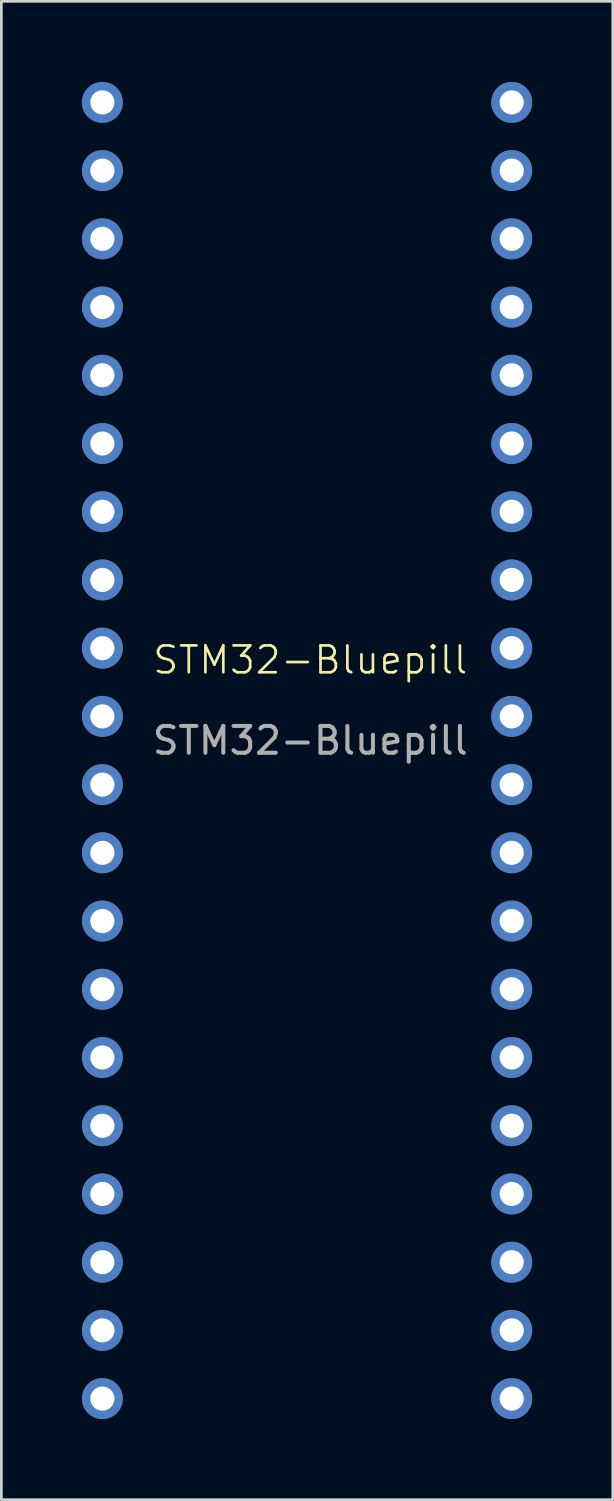
<source format=kicad_pcb>
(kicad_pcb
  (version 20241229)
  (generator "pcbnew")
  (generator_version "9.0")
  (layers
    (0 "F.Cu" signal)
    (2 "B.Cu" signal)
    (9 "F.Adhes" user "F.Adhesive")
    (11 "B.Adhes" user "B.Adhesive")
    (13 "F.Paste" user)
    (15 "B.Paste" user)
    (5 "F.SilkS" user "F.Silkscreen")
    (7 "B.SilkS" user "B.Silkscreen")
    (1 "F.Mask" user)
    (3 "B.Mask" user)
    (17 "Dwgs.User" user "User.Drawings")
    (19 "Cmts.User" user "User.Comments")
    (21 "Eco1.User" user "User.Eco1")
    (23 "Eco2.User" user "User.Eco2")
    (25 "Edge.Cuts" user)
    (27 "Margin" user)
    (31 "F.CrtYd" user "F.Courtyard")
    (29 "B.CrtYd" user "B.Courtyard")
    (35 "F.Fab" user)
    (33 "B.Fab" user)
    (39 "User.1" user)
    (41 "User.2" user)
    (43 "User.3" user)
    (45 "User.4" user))
  (footprint "STM32-Bluepill"
    (layer "F.Cu")
    (at 8.502 22.022)
    (property "Reference" "STM32-Bluepill" (at 0 -0.5 0) (unlocked yes) (layer "F.SilkS") (effects (font (size 1 1) (thickness 0.1))))
    (attr smd)
    (fp_text user "${REFERENCE}" (at 0 2.5 0) (unlocked yes) (layer "F.Fab") (effects (font (size 1 1) (thickness 0.15))))
    (pad "3V3" thru_hole circle (at -7.74 27) (size 1.524 1.524) (drill 0.9) (layers "*.Cu" "*.Mask"))
    (pad "3V3" thru_hole circle (at 7.5 -16.18) (size 1.524 1.524) (drill 0.9) (layers "*.Cu" "*.Mask"))
    (pad "5V" thru_hole circle (at -7.74 21.92) (size 1.524 1.524) (drill 0.9) (layers "*.Cu" "*.Mask"))
    (pad "G" thru_hole circle (at -7.74 24.46) (size 1.524 1.524) (drill 0.9) (layers "*.Cu" "*.Mask"))
    (pad "G" thru_hole circle (at 7.5 -21.26) (size 1.524 1.524) (drill 0.9) (layers "*.Cu" "*.Mask"))
    (pad "G" thru_hole circle (at 7.5 -18.72) (size 1.524 1.524) (drill 0.9) (layers "*.Cu" "*.Mask"))
    (pad "NRST" thru_hole circle (at 7.5 -13.64) (size 1.524 1.524) (drill 0.9) (layers "*.Cu" "*.Mask"))
    (pad "PA0" thru_hole circle (at 7.5 16.84) (size 1.524 1.524) (drill 0.9) (layers "*.Cu" "*.Mask"))
    (pad "PA1" thru_hole circle (at 7.5 14.3) (size 1.524 1.524) (drill 0.9) (layers "*.Cu" "*.Mask"))
    (pad "PA2" thru_hole circle (at 7.5 11.76) (size 1.524 1.524) (drill 0.9) (layers "*.Cu" "*.Mask"))
    (pad "PA3" thru_hole circle (at 7.5 9.22) (size 1.524 1.524) (drill 0.9) (layers "*.Cu" "*.Mask"))
    (pad "PA4" thru_hole circle (at 7.5 6.68) (size 1.524 1.524) (drill 0.9) (layers "*.Cu" "*.Mask"))
    (pad "PA5" thru_hole circle (at 7.5 4.14) (size 1.524 1.524) (drill 0.9) (layers "*.Cu" "*.Mask"))
    (pad "PA6" thru_hole circle (at 7.5 1.6) (size 1.524 1.524) (drill 0.9) (layers "*.Cu" "*.Mask"))
    (pad "PA7" thru_hole circle (at 7.5 -0.94) (size 1.524 1.524) (drill 0.9) (layers "*.Cu" "*.Mask"))
    (pad "PA8" thru_hole circle (at -7.74 -11.1) (size 1.524 1.524) (drill 0.9) (layers "*.Cu" "*.Mask"))
    (pad "PA9" thru_hole circle (at -7.74 -8.56) (size 1.524 1.524) (drill 0.9) (layers "*.Cu" "*.Mask"))
    (pad "PA10" thru_hole circle (at -7.74 -6.02) (size 1.524 1.524) (drill 0.9) (layers "*.Cu" "*.Mask"))
    (pad "PA11" thru_hole circle (at -7.74 -3.48) (size 1.524 1.524) (drill 0.9) (layers "*.Cu" "*.Mask"))
    (pad "PA12" thru_hole circle (at -7.74 -0.94) (size 1.524 1.524) (drill 0.9) (layers "*.Cu" "*.Mask"))
    (pad "PA15" thru_hole circle (at -7.74 1.6) (size 1.524 1.524) (drill 0.9) (layers "*.Cu" "*.Mask"))
    (pad "PB0" thru_hole circle (at 7.5 -3.48) (size 1.524 1.524) (drill 0.9) (layers "*.Cu" "*.Mask"))
    (pad "PB1" thru_hole circle (at 7.5 -6.02) (size 1.524 1.524) (drill 0.9) (layers "*.Cu" "*.Mask"))
    (pad "PB3" thru_hole circle (at -7.74 4.14) (size 1.524 1.524) (drill 0.9) (layers "*.Cu" "*.Mask"))
    (pad "PB4" thru_hole circle (at -7.74 6.68) (size 1.524 1.524) (drill 0.9) (layers "*.Cu" "*.Mask"))
    (pad "PB5" thru_hole circle (at -7.74 9.22) (size 1.524 1.524) (drill 0.9) (layers "*.Cu" "*.Mask"))
    (pad "PB6" thru_hole circle (at -7.74 11.76) (size 1.524 1.524) (drill 0.9) (layers "*.Cu" "*.Mask"))
    (pad "PB7" thru_hole circle (at -7.74 14.3) (size 1.524 1.524) (drill 0.9) (layers "*.Cu" "*.Mask"))
    (pad "PB8" thru_hole circle (at -7.74 16.84) (size 1.524 1.524) (drill 0.9) (layers "*.Cu" "*.Mask"))
    (pad "PB9" thru_hole circle (at -7.74 19.38) (size 1.524 1.524) (drill 0.9) (layers "*.Cu" "*.Mask"))
    (pad "PB10" thru_hole circle (at 7.5 -8.56) (size 1.524 1.524) (drill 0.9) (layers "*.Cu" "*.Mask"))
    (pad "PB11" thru_hole circle (at 7.5 -11.1) (size 1.524 1.524) (drill 0.9) (layers "*.Cu" "*.Mask"))
    (pad "PB12" thru_hole circle (at -7.74 -21.26) (size 1.524 1.524) (drill 0.9) (layers "*.Cu" "*.Mask"))
    (pad "PB13" thru_hole circle (at -7.74 -18.72) (size 1.524 1.524) (drill 0.9) (layers "*.Cu" "*.Mask"))
    (pad "PB14" thru_hole circle (at -7.74 -16.18) (size 1.524 1.524) (drill 0.9) (layers "*.Cu" "*.Mask"))
    (pad "PB15" thru_hole circle (at -7.74 -13.64) (size 1.524 1.524) (drill 0.9) (layers "*.Cu" "*.Mask"))
    (pad "PC13" thru_hole circle (at 7.5 24.46) (size 1.524 1.524) (drill 0.9) (layers "*.Cu" "*.Mask"))
    (pad "PC14" thru_hole circle (at 7.5 21.92) (size 1.524 1.524) (drill 0.9) (layers "*.Cu" "*.Mask"))
    (pad "PC15" thru_hole circle (at 7.5 19.38) (size 1.524 1.524) (drill 0.9) (layers "*.Cu" "*.Mask"))
    (pad "VBAT" thru_hole circle (at 7.5 27) (size 1.524 1.524) (drill 0.9) (layers "*.Cu" "*.Mask")))
  (gr_rect
    (start -3 -3)
    (end 19.764 52.784)
    (stroke (width 0.1) (type default))
    (fill no)
    (layer "Edge.Cuts")))
</source>
